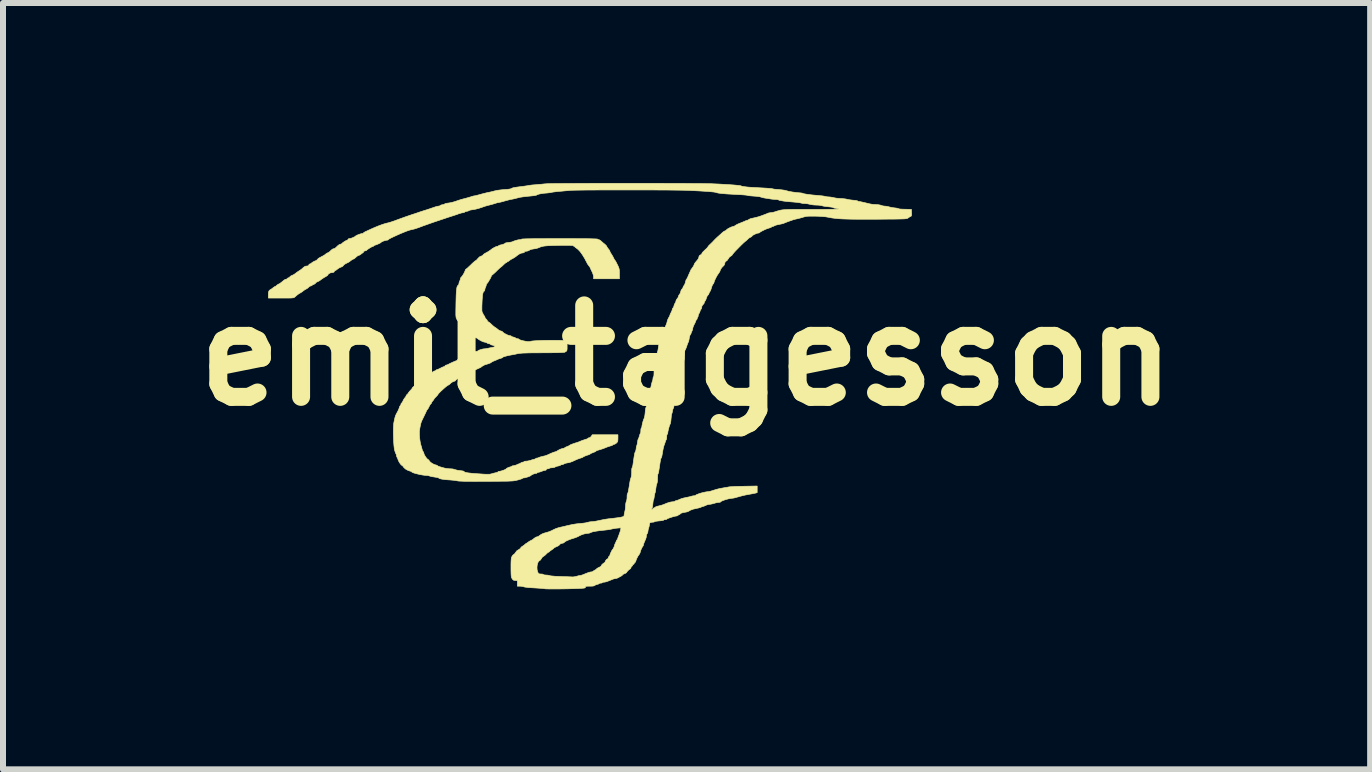
<source format=kicad_pcb>
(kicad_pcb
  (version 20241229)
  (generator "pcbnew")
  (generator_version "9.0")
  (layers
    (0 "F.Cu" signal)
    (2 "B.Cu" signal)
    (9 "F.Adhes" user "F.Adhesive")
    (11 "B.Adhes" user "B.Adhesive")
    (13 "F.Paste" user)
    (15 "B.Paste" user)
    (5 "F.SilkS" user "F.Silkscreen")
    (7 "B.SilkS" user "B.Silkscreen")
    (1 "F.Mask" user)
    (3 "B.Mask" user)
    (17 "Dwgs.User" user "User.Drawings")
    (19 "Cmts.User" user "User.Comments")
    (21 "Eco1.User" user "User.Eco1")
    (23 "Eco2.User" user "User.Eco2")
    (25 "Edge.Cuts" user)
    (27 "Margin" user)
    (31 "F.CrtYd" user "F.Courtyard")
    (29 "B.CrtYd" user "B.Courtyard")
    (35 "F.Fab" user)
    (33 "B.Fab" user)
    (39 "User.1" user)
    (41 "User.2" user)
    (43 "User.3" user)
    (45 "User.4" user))
  (footprint "emil_tagesson"
    (layer "F.Cu")
    (at 8.389 2.873)
    (property "Reference" "emil_tagesson" (at 0 0 0) (layer "F.SilkS") (effects (font (size 1.524 1.524) (thickness 0.3))))
    (attr through_hole)
    (fp_poly (pts (xy -1.978 -1.947) (xy -1.859 -1.947) (xy -1.756 -1.946) (xy -1.669 -1.946) (xy -1.599 -1.945) (xy -1.545 -1.943) (xy -1.507 -1.942) (xy -1.486 -1.94) (xy -1.482 -1.939) (xy -1.475 -1.932) (xy -1.465 -1.93) (xy -1.448 -1.925) (xy -1.429 -1.911) (xy -1.411 -1.895) (xy -1.387 -1.874) (xy -1.369 -1.86) (xy -1.348 -1.841) (xy -1.333 -1.825) (xy -1.329 -1.817) (xy -1.324 -1.805) (xy -1.311 -1.787) (xy -1.304 -1.778) (xy -1.288 -1.758) (xy -1.279 -1.743) (xy -1.278 -1.739) (xy -1.274 -1.726) (xy -1.263 -1.705) (xy -1.253 -1.691) (xy -1.237 -1.665) (xy -1.224 -1.642) (xy -1.22 -1.633) (xy -1.208 -1.609) (xy -1.194 -1.587) (xy -1.184 -1.575) (xy -1.179 -1.566) (xy -1.168 -1.545) (xy -1.154 -1.517) (xy -1.148 -1.506) (xy -1.134 -1.475) (xy -1.125 -1.45) (xy -1.12 -1.425) (xy -1.118 -1.396) (xy -1.118 -1.36) (xy -1.118 -1.278) (xy -1.549 -1.278) (xy -1.549 -1.311) (xy -1.554 -1.342) (xy -1.568 -1.381) (xy -1.579 -1.404) (xy -1.593 -1.433) (xy -1.603 -1.456) (xy -1.608 -1.468) (xy -1.609 -1.469) (xy -1.614 -1.478) (xy -1.626 -1.493) (xy -1.641 -1.512) (xy -1.657 -1.538) (xy -1.66 -1.545) (xy -1.697 -1.616) (xy -1.735 -1.678) (xy -1.771 -1.728) (xy -1.805 -1.765) (xy -1.825 -1.781) (xy -1.846 -1.796) (xy -1.86 -1.808) (xy -1.863 -1.813) (xy -1.87 -1.819) (xy -1.875 -1.82) (xy -1.887 -1.825) (xy -1.888 -1.829) (xy -1.896 -1.832) (xy -1.918 -1.833) (xy -1.953 -1.835) (xy -1.996 -1.835) (xy -2.046 -1.835) (xy -2.101 -1.835) (xy -2.156 -1.834) (xy -2.211 -1.833) (xy -2.263 -1.831) (xy -2.308 -1.829) (xy -2.345 -1.826) (xy -2.37 -1.823) (xy -2.375 -1.823) (xy -2.406 -1.816) (xy -2.431 -1.809) (xy -2.458 -1.798) (xy -2.476 -1.791) (xy -2.499 -1.784) (xy -2.531 -1.778) (xy -2.552 -1.775) (xy -2.58 -1.77) (xy -2.6 -1.765) (xy -2.608 -1.761) (xy -2.621 -1.752) (xy -2.643 -1.742) (xy -2.668 -1.737) (xy -2.68 -1.736) (xy -2.697 -1.731) (xy -2.701 -1.723) (xy -2.708 -1.713) (xy -2.726 -1.71) (xy -2.758 -1.704) (xy -2.793 -1.687) (xy -2.826 -1.663) (xy -2.832 -1.658) (xy -2.85 -1.644) (xy -2.878 -1.626) (xy -2.901 -1.613) (xy -2.928 -1.599) (xy -2.948 -1.585) (xy -2.957 -1.577) (xy -2.971 -1.567) (xy -2.976 -1.566) (xy -2.987 -1.562) (xy -2.989 -1.558) (xy -2.996 -1.55) (xy -3 -1.549) (xy -3.012 -1.544) (xy -3.031 -1.529) (xy -3.05 -1.511) (xy -3.07 -1.492) (xy -3.086 -1.478) (xy -3.093 -1.473) (xy -3.101 -1.468) (xy -3.118 -1.452) (xy -3.142 -1.43) (xy -3.167 -1.405) (xy -3.195 -1.378) (xy -3.219 -1.357) (xy -3.236 -1.342) (xy -3.243 -1.338) (xy -3.251 -1.331) (xy -3.251 -1.33) (xy -3.256 -1.312) (xy -3.268 -1.286) (xy -3.285 -1.257) (xy -3.298 -1.237) (xy -3.307 -1.22) (xy -3.308 -1.219) (xy -3.319 -1.204) (xy -3.325 -1.2) (xy -3.334 -1.186) (xy -3.336 -1.177) (xy -3.34 -1.159) (xy -3.349 -1.138) (xy -3.358 -1.114) (xy -3.361 -1.094) (xy -3.366 -1.077) (xy -3.374 -1.07) (xy -3.384 -1.062) (xy -3.391 -1.044) (xy -3.398 -1.014) (xy -3.402 -0.973) (xy -3.406 -0.917) (xy -3.408 -0.868) (xy -3.41 -0.815) (xy -3.41 -0.776) (xy -3.41 -0.749) (xy -3.407 -0.73) (xy -3.403 -0.717) (xy -3.4 -0.711) (xy -3.388 -0.69) (xy -3.382 -0.675) (xy -3.374 -0.663) (xy -3.369 -0.66) (xy -3.363 -0.653) (xy -3.361 -0.643) (xy -3.355 -0.626) (xy -3.341 -0.608) (xy -3.34 -0.608) (xy -3.325 -0.592) (xy -3.319 -0.579) (xy -3.319 -0.579) (xy -3.312 -0.567) (xy -3.296 -0.556) (xy -3.295 -0.556) (xy -3.273 -0.54) (xy -3.252 -0.52) (xy -3.251 -0.519) (xy -3.231 -0.5) (xy -3.205 -0.479) (xy -3.192 -0.47) (xy -3.169 -0.455) (xy -3.151 -0.441) (xy -3.145 -0.436) (xy -3.127 -0.422) (xy -3.104 -0.411) (xy -3.087 -0.406) (xy -3.074 -0.403) (xy -3.072 -0.4) (xy -3.06 -0.387) (xy -3.037 -0.37) (xy -3.008 -0.354) (xy -2.978 -0.34) (xy -2.953 -0.332) (xy -2.943 -0.33) (xy -2.926 -0.327) (xy -2.921 -0.322) (xy -2.914 -0.316) (xy -2.895 -0.309) (xy -2.889 -0.308) (xy -2.866 -0.301) (xy -2.848 -0.292) (xy -2.847 -0.291) (xy -2.829 -0.282) (xy -2.815 -0.279) (xy -2.799 -0.277) (xy -2.794 -0.273) (xy -2.786 -0.265) (xy -2.763 -0.256) (xy -2.727 -0.246) (xy -2.683 -0.237) (xy -2.648 -0.231) (xy -2.622 -0.231) (xy -2.598 -0.235) (xy -2.59 -0.238) (xy -2.57 -0.241) (xy -2.537 -0.244) (xy -2.493 -0.247) (xy -2.441 -0.249) (xy -2.383 -0.251) (xy -2.321 -0.252) (xy -2.258 -0.253) (xy -2.198 -0.253) (xy -2.141 -0.253) (xy -2.091 -0.251) (xy -2.051 -0.25) (xy -2.022 -0.247) (xy -2.009 -0.244) (xy -2 -0.238) (xy -1.994 -0.229) (xy -1.991 -0.214) (xy -1.99 -0.188) (xy -1.99 -0.155) (xy -1.99 -0.117) (xy -1.992 -0.093) (xy -1.995 -0.079) (xy -2.001 -0.072) (xy -2.004 -0.07) (xy -2.02 -0.061) (xy -2.025 -0.056) (xy -2.035 -0.053) (xy -2.059 -0.051) (xy -2.099 -0.049) (xy -2.155 -0.047) (xy -2.226 -0.046) (xy -2.315 -0.045) (xy -2.394 -0.045) (xy -2.488 -0.044) (xy -2.567 -0.044) (xy -2.632 -0.043) (xy -2.685 -0.041) (xy -2.727 -0.04) (xy -2.76 -0.037) (xy -2.785 -0.035) (xy -2.805 -0.032) (xy -2.811 -0.031) (xy -2.85 -0.022) (xy -2.895 -0.013) (xy -2.925 -0.008) (xy -2.966 -0.000078) (xy -3.004 0.009) (xy -3.035 0.018) (xy -3.057 0.026) (xy -3.065 0.033) (xy -3.065 0.033) (xy -3.072 0.038) (xy -3.091 0.046) (xy -3.105 0.05) (xy -3.13 0.058) (xy -3.149 0.065) (xy -3.154 0.068) (xy -3.166 0.074) (xy -3.188 0.083) (xy -3.201 0.088) (xy -3.228 0.099) (xy -3.25 0.112) (xy -3.256 0.117) (xy -3.273 0.127) (xy -3.3 0.137) (xy -3.322 0.144) (xy -3.351 0.152) (xy -3.373 0.161) (xy -3.383 0.167) (xy -3.397 0.176) (xy -3.403 0.178) (xy -3.412 0.182) (xy -3.412 0.184) (xy -3.419 0.191) (xy -3.437 0.202) (xy -3.457 0.211) (xy -3.488 0.225) (xy -3.519 0.24) (xy -3.533 0.247) (xy -3.556 0.257) (xy -3.573 0.262) (xy -3.577 0.262) (xy -3.589 0.269) (xy -3.593 0.275) (xy -3.604 0.286) (xy -3.61 0.288) (xy -3.623 0.292) (xy -3.646 0.301) (xy -3.67 0.313) (xy -3.697 0.327) (xy -3.719 0.336) (xy -3.73 0.339) (xy -3.741 0.343) (xy -3.742 0.346) (xy -3.75 0.354) (xy -3.767 0.36) (xy -3.768 0.36) (xy -3.785 0.366) (xy -3.793 0.372) (xy -3.793 0.372) (xy -3.8 0.38) (xy -3.817 0.389) (xy -3.818 0.389) (xy -3.836 0.4) (xy -3.844 0.411) (xy -3.844 0.411) (xy -3.851 0.421) (xy -3.869 0.429) (xy -3.873 0.431) (xy -3.901 0.441) (xy -3.925 0.458) (xy -3.944 0.476) (xy -3.957 0.488) (xy -3.965 0.491) (xy -3.976 0.497) (xy -3.997 0.511) (xy -4.023 0.532) (xy -4.052 0.558) (xy -4.081 0.584) (xy -4.107 0.609) (xy -4.127 0.63) (xy -4.139 0.644) (xy -4.14 0.648) (xy -4.146 0.657) (xy -4.16 0.673) (xy -4.174 0.688) (xy -4.193 0.707) (xy -4.205 0.722) (xy -4.208 0.728) (xy -4.213 0.738) (xy -4.226 0.754) (xy -4.229 0.757) (xy -4.243 0.775) (xy -4.25 0.79) (xy -4.25 0.792) (xy -4.255 0.803) (xy -4.258 0.804) (xy -4.266 0.811) (xy -4.278 0.83) (xy -4.289 0.851) (xy -4.301 0.875) (xy -4.311 0.892) (xy -4.316 0.898) (xy -4.323 0.905) (xy -4.333 0.923) (xy -4.343 0.946) (xy -4.359 0.98) (xy -4.378 1.019) (xy -4.393 1.05) (xy -4.409 1.083) (xy -4.422 1.115) (xy -4.429 1.139) (xy -4.435 1.167) (xy -4.442 1.202) (xy -4.445 1.219) (xy -4.451 1.264) (xy -4.451 1.319) (xy -4.447 1.378) (xy -4.439 1.435) (xy -4.428 1.486) (xy -4.428 1.486) (xy -4.418 1.519) (xy -4.41 1.548) (xy -4.405 1.568) (xy -4.405 1.568) (xy -4.398 1.589) (xy -4.389 1.601) (xy -4.379 1.617) (xy -4.377 1.629) (xy -4.372 1.647) (xy -4.359 1.671) (xy -4.342 1.697) (xy -4.325 1.719) (xy -4.31 1.731) (xy -4.308 1.732) (xy -4.293 1.743) (xy -4.288 1.753) (xy -4.277 1.768) (xy -4.255 1.787) (xy -4.227 1.805) (xy -4.198 1.818) (xy -4.178 1.824) (xy -4.159 1.829) (xy -4.149 1.836) (xy -4.149 1.837) (xy -4.141 1.843) (xy -4.117 1.852) (xy -4.081 1.863) (xy -4.033 1.876) (xy -4.019 1.879) (xy -3.986 1.884) (xy -3.948 1.888) (xy -3.932 1.888) (xy -3.901 1.89) (xy -3.874 1.896) (xy -3.862 1.9) (xy -3.843 1.906) (xy -3.813 1.913) (xy -3.778 1.917) (xy -3.774 1.918) (xy -3.743 1.922) (xy -3.72 1.926) (xy -3.709 1.931) (xy -3.708 1.932) (xy -3.702 1.941) (xy -3.681 1.948) (xy -3.646 1.955) (xy -3.596 1.961) (xy -3.548 1.966) (xy -3.473 1.971) (xy -3.413 1.975) (xy -3.366 1.978) (xy -3.33 1.979) (xy -3.302 1.979) (xy -3.28 1.978) (xy -3.262 1.975) (xy -3.247 1.971) (xy -3.244 1.97) (xy -3.212 1.961) (xy -3.181 1.954) (xy -3.173 1.952) (xy -3.153 1.947) (xy -3.142 1.94) (xy -3.141 1.938) (xy -3.134 1.932) (xy -3.12 1.93) (xy -3.102 1.928) (xy -3.077 1.921) (xy -3.05 1.912) (xy -3.026 1.902) (xy -3.01 1.894) (xy -3.006 1.889) (xy -2.999 1.882) (xy -2.981 1.872) (xy -2.959 1.863) (xy -2.938 1.856) (xy -2.927 1.854) (xy -2.914 1.85) (xy -2.913 1.846) (xy -2.905 1.84) (xy -2.887 1.837) (xy -2.887 1.837) (xy -2.863 1.833) (xy -2.835 1.824) (xy -2.828 1.82) (xy -2.805 1.81) (xy -2.789 1.804) (xy -2.785 1.803) (xy -2.772 1.798) (xy -2.763 1.791) (xy -2.745 1.781) (xy -2.73 1.778) (xy -2.714 1.775) (xy -2.709 1.77) (xy -2.702 1.764) (xy -2.683 1.761) (xy -2.673 1.761) (xy -2.644 1.758) (xy -2.61 1.75) (xy -2.591 1.744) (xy -2.563 1.735) (xy -2.54 1.729) (xy -2.53 1.727) (xy -2.517 1.723) (xy -2.515 1.719) (xy -2.507 1.712) (xy -2.495 1.71) (xy -2.476 1.707) (xy -2.468 1.703) (xy -2.453 1.696) (xy -2.422 1.687) (xy -2.377 1.676) (xy -2.358 1.672) (xy -2.338 1.665) (xy -2.309 1.654) (xy -2.284 1.642) (xy -2.251 1.627) (xy -2.218 1.614) (xy -2.199 1.608) (xy -2.176 1.601) (xy -2.161 1.595) (xy -2.159 1.593) (xy -2.146 1.584) (xy -2.124 1.572) (xy -2.098 1.56) (xy -2.074 1.552) (xy -2.06 1.549) (xy -2.04 1.544) (xy -2.03 1.538) (xy -2.015 1.528) (xy -1.992 1.518) (xy -1.987 1.516) (xy -1.964 1.507) (xy -1.947 1.496) (xy -1.945 1.495) (xy -1.932 1.487) (xy -1.907 1.477) (xy -1.875 1.466) (xy -1.858 1.46) (xy -1.824 1.45) (xy -1.796 1.44) (xy -1.778 1.433) (xy -1.774 1.431) (xy -1.759 1.424) (xy -1.735 1.415) (xy -1.705 1.405) (xy -1.678 1.396) (xy -1.666 1.393) (xy -1.649 1.387) (xy -1.643 1.38) (xy -1.635 1.373) (xy -1.623 1.372) (xy -1.604 1.364) (xy -1.587 1.346) (xy -1.571 1.321) (xy -1.143 1.321) (xy -1.143 1.379) (xy -1.144 1.41) (xy -1.147 1.43) (xy -1.154 1.444) (xy -1.166 1.457) (xy -1.168 1.459) (xy -1.189 1.474) (xy -1.207 1.481) (xy -1.21 1.482) (xy -1.225 1.486) (xy -1.229 1.491) (xy -1.239 1.498) (xy -1.259 1.505) (xy -1.27 1.508) (xy -1.301 1.517) (xy -1.336 1.53) (xy -1.35 1.536) (xy -1.382 1.549) (xy -1.421 1.562) (xy -1.45 1.571) (xy -1.478 1.579) (xy -1.499 1.586) (xy -1.507 1.592) (xy -1.507 1.592) (xy -1.514 1.599) (xy -1.533 1.608) (xy -1.558 1.618) (xy -1.584 1.628) (xy -1.602 1.638) (xy -1.609 1.643) (xy -1.616 1.649) (xy -1.634 1.655) (xy -1.636 1.656) (xy -1.66 1.663) (xy -1.687 1.673) (xy -1.711 1.684) (xy -1.726 1.693) (xy -1.727 1.695) (xy -1.737 1.7) (xy -1.758 1.707) (xy -1.767 1.71) (xy -1.794 1.719) (xy -1.828 1.732) (xy -1.852 1.743) (xy -1.895 1.763) (xy -1.929 1.776) (xy -1.959 1.785) (xy -1.989 1.79) (xy -2.016 1.796) (xy -2.039 1.805) (xy -2.043 1.808) (xy -2.065 1.818) (xy -2.08 1.82) (xy -2.095 1.823) (xy -2.1 1.828) (xy -2.107 1.833) (xy -2.126 1.839) (xy -2.137 1.841) (xy -2.164 1.847) (xy -2.185 1.856) (xy -2.19 1.859) (xy -2.208 1.866) (xy -2.234 1.87) (xy -2.246 1.871) (xy -2.269 1.873) (xy -2.284 1.877) (xy -2.286 1.88) (xy -2.293 1.886) (xy -2.311 1.888) (xy -2.311 1.888) (xy -2.332 1.892) (xy -2.337 1.901) (xy -2.344 1.911) (xy -2.357 1.913) (xy -2.377 1.917) (xy -2.403 1.926) (xy -2.414 1.93) (xy -2.44 1.94) (xy -2.463 1.946) (xy -2.47 1.947) (xy -2.485 1.95) (xy -2.489 1.956) (xy -2.496 1.963) (xy -2.506 1.964) (xy -2.524 1.967) (xy -2.547 1.974) (xy -2.57 1.984) (xy -2.586 1.993) (xy -2.591 1.998) (xy -2.598 2.004) (xy -2.617 2.013) (xy -2.643 2.023) (xy -2.671 2.031) (xy -2.697 2.038) (xy -2.715 2.04) (xy -2.715 2.04) (xy -2.73 2.043) (xy -2.735 2.048) (xy -2.742 2.053) (xy -2.763 2.06) (xy -2.793 2.069) (xy -2.813 2.075) (xy -2.831 2.079) (xy -2.847 2.083) (xy -2.865 2.086) (xy -2.884 2.089) (xy -2.907 2.091) (xy -2.935 2.092) (xy -2.97 2.094) (xy -3.014 2.095) (xy -3.068 2.095) (xy -3.134 2.096) (xy -3.213 2.096) (xy -3.306 2.097) (xy -3.332 2.097) (xy -3.437 2.097) (xy -3.526 2.098) (xy -3.601 2.097) (xy -3.664 2.097) (xy -3.714 2.096) (xy -3.754 2.094) (xy -3.784 2.093) (xy -3.807 2.091) (xy -3.823 2.088) (xy -3.853 2.083) (xy -3.894 2.078) (xy -3.939 2.074) (xy -3.971 2.072) (xy -4.03 2.067) (xy -4.078 2.06) (xy -4.112 2.052) (xy -4.13 2.042) (xy -4.132 2.04) (xy -4.142 2.035) (xy -4.164 2.031) (xy -4.195 2.026) (xy -4.201 2.025) (xy -4.234 2.02) (xy -4.263 2.014) (xy -4.281 2.008) (xy -4.282 2.008) (xy -4.302 2.002) (xy -4.329 1.998) (xy -4.338 1.998) (xy -4.367 1.996) (xy -4.402 1.991) (xy -4.442 1.984) (xy -4.483 1.974) (xy -4.52 1.965) (xy -4.551 1.955) (xy -4.572 1.946) (xy -4.58 1.939) (xy -4.58 1.939) (xy -4.588 1.933) (xy -4.606 1.926) (xy -4.615 1.924) (xy -4.651 1.91) (xy -4.685 1.89) (xy -4.71 1.867) (xy -4.717 1.857) (xy -4.73 1.84) (xy -4.741 1.833) (xy -4.755 1.822) (xy -4.772 1.801) (xy -4.789 1.775) (xy -4.802 1.749) (xy -4.806 1.738) (xy -4.814 1.714) (xy -4.823 1.698) (xy -4.832 1.677) (xy -4.834 1.664) (xy -4.838 1.645) (xy -4.842 1.638) (xy -4.848 1.626) (xy -4.856 1.603) (xy -4.865 1.575) (xy -4.87 1.546) (xy -4.875 1.503) (xy -4.879 1.451) (xy -4.882 1.392) (xy -4.884 1.331) (xy -4.885 1.271) (xy -4.884 1.216) (xy -4.882 1.168) (xy -4.879 1.133) (xy -4.878 1.126) (xy -4.868 1.075) (xy -4.859 1.037) (xy -4.851 1.009) (xy -4.841 0.985) (xy -4.831 0.965) (xy -4.817 0.941) (xy -4.807 0.921) (xy -4.804 0.914) (xy -4.796 0.896) (xy -4.792 0.887) (xy -4.785 0.869) (xy -4.784 0.861) (xy -4.778 0.846) (xy -4.771 0.838) (xy -4.76 0.821) (xy -4.758 0.812) (xy -4.755 0.799) (xy -4.75 0.796) (xy -4.743 0.789) (xy -4.731 0.77) (xy -4.721 0.749) (xy -4.708 0.725) (xy -4.697 0.708) (xy -4.691 0.703) (xy -4.684 0.696) (xy -4.675 0.678) (xy -4.675 0.677) (xy -4.667 0.66) (xy -4.659 0.652) (xy -4.659 0.652) (xy -4.65 0.645) (xy -4.638 0.629) (xy -4.636 0.624) (xy -4.617 0.599) (xy -4.596 0.576) (xy -4.596 0.576) (xy -4.58 0.56) (xy -4.572 0.547) (xy -4.572 0.545) (xy -4.566 0.534) (xy -4.55 0.52) (xy -4.55 0.52) (xy -4.529 0.503) (xy -4.514 0.488) (xy -4.5 0.472) (xy -4.492 0.464) (xy -4.455 0.431) (xy -4.428 0.409) (xy -4.408 0.395) (xy -4.396 0.389) (xy -4.382 0.378) (xy -4.377 0.369) (xy -4.37 0.358) (xy -4.36 0.356) (xy -4.347 0.352) (xy -4.343 0.348) (xy -4.336 0.34) (xy -4.318 0.333) (xy -4.314 0.331) (xy -4.287 0.32) (xy -4.264 0.303) (xy -4.24 0.282) (xy -4.223 0.269) (xy -4.208 0.261) (xy -4.196 0.258) (xy -4.18 0.251) (xy -4.174 0.245) (xy -4.167 0.238) (xy -4.162 0.237) (xy -4.149 0.233) (xy -4.126 0.224) (xy -4.102 0.212) (xy -4.075 0.198) (xy -4.053 0.189) (xy -4.042 0.186) (xy -4.028 0.179) (xy -4.025 0.174) (xy -4.014 0.162) (xy -4.007 0.161) (xy -3.991 0.157) (xy -3.972 0.149) (xy -3.948 0.136) (xy -3.918 0.122) (xy -3.887 0.108) (xy -3.858 0.096) (xy -3.837 0.087) (xy -3.827 0.085) (xy -3.819 0.078) (xy -3.818 0.073) (xy -3.811 0.066) (xy -3.792 0.056) (xy -3.766 0.045) (xy -3.738 0.035) (xy -3.713 0.028) (xy -3.696 0.025) (xy -3.684 0.021) (xy -3.683 0.016) (xy -3.676 0.008) (xy -3.658 -0.003) (xy -3.643 -0.009) (xy -3.616 -0.021) (xy -3.593 -0.031) (xy -3.586 -0.034) (xy -3.563 -0.042) (xy -3.55 -0.047) (xy -3.535 -0.054) (xy -3.531 -0.06) (xy -3.523 -0.065) (xy -3.506 -0.068) (xy -3.505 -0.068) (xy -3.487 -0.07) (xy -3.48 -0.074) (xy -3.48 -0.074) (xy -3.472 -0.081) (xy -3.454 -0.09) (xy -3.429 -0.098) (xy -3.403 -0.106) (xy -3.381 -0.11) (xy -3.375 -0.11) (xy -3.353 -0.112) (xy -3.324 -0.117) (xy -3.317 -0.118) (xy -3.287 -0.125) (xy -3.251 -0.132) (xy -3.232 -0.136) (xy -3.205 -0.142) (xy -3.193 -0.147) (xy -3.192 -0.153) (xy -3.194 -0.156) (xy -3.209 -0.165) (xy -3.233 -0.172) (xy -3.237 -0.173) (xy -3.257 -0.178) (xy -3.268 -0.185) (xy -3.268 -0.187) (xy -3.275 -0.193) (xy -3.289 -0.195) (xy -3.31 -0.2) (xy -3.322 -0.207) (xy -3.34 -0.218) (xy -3.354 -0.22) (xy -3.377 -0.225) (xy -3.407 -0.236) (xy -3.438 -0.252) (xy -3.466 -0.269) (xy -3.477 -0.278) (xy -3.496 -0.291) (xy -3.513 -0.296) (xy -3.531 -0.303) (xy -3.541 -0.311) (xy -3.555 -0.325) (xy -3.577 -0.339) (xy -3.584 -0.343) (xy -3.61 -0.359) (xy -3.633 -0.376) (xy -3.636 -0.379) (xy -3.654 -0.392) (xy -3.668 -0.398) (xy -3.669 -0.398) (xy -3.681 -0.405) (xy -3.685 -0.415) (xy -3.696 -0.43) (xy -3.714 -0.445) (xy -3.715 -0.446) (xy -3.737 -0.464) (xy -3.755 -0.487) (xy -3.755 -0.488) (xy -3.768 -0.507) (xy -3.78 -0.519) (xy -3.781 -0.52) (xy -3.79 -0.531) (xy -3.793 -0.546) (xy -3.795 -0.562) (xy -3.8 -0.567) (xy -3.808 -0.574) (xy -3.82 -0.591) (xy -3.827 -0.602) (xy -3.832 -0.613) (xy -3.837 -0.623) (xy -3.84 -0.635) (xy -3.842 -0.651) (xy -3.844 -0.674) (xy -3.844 -0.704) (xy -3.844 -0.745) (xy -3.843 -0.798) (xy -3.842 -0.866) (xy -3.842 -0.871) (xy -3.84 -0.95) (xy -3.838 -1.013) (xy -3.835 -1.063) (xy -3.831 -1.102) (xy -3.827 -1.13) (xy -3.821 -1.15) (xy -3.814 -1.163) (xy -3.805 -1.171) (xy -3.804 -1.171) (xy -3.795 -1.184) (xy -3.793 -1.196) (xy -3.789 -1.217) (xy -3.78 -1.239) (xy -3.771 -1.261) (xy -3.768 -1.279) (xy -3.762 -1.296) (xy -3.757 -1.301) (xy -3.745 -1.314) (xy -3.729 -1.336) (xy -3.712 -1.364) (xy -3.698 -1.392) (xy -3.689 -1.414) (xy -3.688 -1.416) (xy -3.682 -1.433) (xy -3.674 -1.439) (xy -3.665 -1.445) (xy -3.647 -1.46) (xy -3.623 -1.483) (xy -3.598 -1.506) (xy -3.57 -1.534) (xy -3.544 -1.557) (xy -3.525 -1.573) (xy -3.516 -1.579) (xy -3.502 -1.588) (xy -3.484 -1.606) (xy -3.476 -1.617) (xy -3.448 -1.644) (xy -3.423 -1.655) (xy -3.403 -1.663) (xy -3.391 -1.674) (xy -3.391 -1.675) (xy -3.382 -1.686) (xy -3.361 -1.7) (xy -3.335 -1.714) (xy -3.304 -1.731) (xy -3.277 -1.749) (xy -3.261 -1.761) (xy -3.238 -1.779) (xy -3.209 -1.796) (xy -3.18 -1.811) (xy -3.155 -1.819) (xy -3.147 -1.82) (xy -3.135 -1.824) (xy -3.133 -1.828) (xy -3.125 -1.834) (xy -3.107 -1.84) (xy -3.101 -1.841) (xy -3.07 -1.848) (xy -3.044 -1.857) (xy -3.027 -1.865) (xy -3.023 -1.871) (xy -3.015 -1.875) (xy -2.995 -1.879) (xy -2.967 -1.883) (xy -2.936 -1.887) (xy -2.91 -1.892) (xy -2.897 -1.897) (xy -2.872 -1.908) (xy -2.839 -1.918) (xy -2.806 -1.927) (xy -2.78 -1.93) (xy -2.777 -1.93) (xy -2.758 -1.933) (xy -2.747 -1.939) (xy -2.738 -1.941) (xy -2.712 -1.942) (xy -2.669 -1.944) (xy -2.61 -1.945) (xy -2.535 -1.946) (xy -2.444 -1.946) (xy -2.338 -1.947) (xy -2.217 -1.947) (xy -2.112 -1.947) (xy -1.978 -1.947)) (stroke (width 0.01) (type solid)) (fill yes) (layer "F.SilkS"))
    (fp_poly (pts (xy -0.797 -2.868) (xy -0.663 -2.868) (xy -0.532 -2.868) (xy -0.404 -2.868) (xy -0.281 -2.867) (xy -0.164 -2.867) (xy -0.054 -2.867) (xy 0.048 -2.866) (xy 0.141 -2.865) (xy 0.223 -2.865) (xy 0.294 -2.864) (xy 0.352 -2.863) (xy 0.396 -2.862) (xy 0.426 -2.862) (xy 0.428 -2.861) (xy 0.545 -2.856) (xy 0.646 -2.85) (xy 0.73 -2.845) (xy 0.798 -2.84) (xy 0.849 -2.835) (xy 0.885 -2.831) (xy 0.904 -2.827) (xy 0.906 -2.826) (xy 0.923 -2.82) (xy 0.949 -2.815) (xy 0.985 -2.81) (xy 1.032 -2.805) (xy 1.092 -2.801) (xy 1.167 -2.797) (xy 1.236 -2.793) (xy 1.291 -2.79) (xy 1.34 -2.787) (xy 1.381 -2.784) (xy 1.411 -2.781) (xy 1.428 -2.779) (xy 1.431 -2.778) (xy 1.44 -2.775) (xy 1.463 -2.771) (xy 1.496 -2.768) (xy 1.528 -2.766) (xy 1.57 -2.762) (xy 1.609 -2.757) (xy 1.641 -2.752) (xy 1.655 -2.748) (xy 1.706 -2.734) (xy 1.769 -2.723) (xy 1.839 -2.714) (xy 1.864 -2.712) (xy 1.897 -2.709) (xy 1.923 -2.706) (xy 1.937 -2.702) (xy 1.939 -2.701) (xy 1.95 -2.696) (xy 1.976 -2.691) (xy 2.013 -2.685) (xy 2.059 -2.679) (xy 2.112 -2.673) (xy 2.169 -2.668) (xy 2.18 -2.667) (xy 2.224 -2.663) (xy 2.264 -2.659) (xy 2.295 -2.654) (xy 2.314 -2.65) (xy 2.315 -2.65) (xy 2.34 -2.644) (xy 2.37 -2.642) (xy 2.374 -2.642) (xy 2.403 -2.639) (xy 2.437 -2.633) (xy 2.455 -2.629) (xy 2.49 -2.622) (xy 2.531 -2.618) (xy 2.56 -2.616) (xy 2.6 -2.614) (xy 2.643 -2.609) (xy 2.67 -2.604) (xy 2.706 -2.596) (xy 2.749 -2.59) (xy 2.788 -2.586) (xy 2.819 -2.583) (xy 2.842 -2.578) (xy 2.853 -2.574) (xy 2.853 -2.573) (xy 2.86 -2.567) (xy 2.871 -2.565) (xy 2.882 -2.565) (xy 2.9 -2.562) (xy 2.926 -2.556) (xy 2.962 -2.548) (xy 3.012 -2.536) (xy 3.05 -2.527) (xy 3.086 -2.52) (xy 3.128 -2.516) (xy 3.157 -2.515) (xy 3.197 -2.512) (xy 3.228 -2.506) (xy 3.24 -2.502) (xy 3.264 -2.494) (xy 3.294 -2.489) (xy 3.3 -2.489) (xy 3.332 -2.486) (xy 3.365 -2.479) (xy 3.372 -2.477) (xy 3.399 -2.47) (xy 3.435 -2.463) (xy 3.469 -2.459) (xy 3.499 -2.455) (xy 3.521 -2.451) (xy 3.53 -2.447) (xy 3.531 -2.446) (xy 3.539 -2.443) (xy 3.56 -2.44) (xy 3.593 -2.438) (xy 3.632 -2.437) (xy 3.639 -2.437) (xy 3.747 -2.434) (xy 3.749 -2.379) (xy 3.75 -2.349) (xy 3.748 -2.332) (xy 3.743 -2.322) (xy 3.731 -2.315) (xy 3.725 -2.313) (xy 3.703 -2.3) (xy 3.686 -2.287) (xy 3.681 -2.284) (xy 3.674 -2.282) (xy 3.663 -2.28) (xy 3.647 -2.278) (xy 3.623 -2.276) (xy 3.592 -2.275) (xy 3.552 -2.274) (xy 3.5 -2.273) (xy 3.438 -2.272) (xy 3.361 -2.272) (xy 3.271 -2.271) (xy 3.171 -2.27) (xy 3.044 -2.27) (xy 2.931 -2.27) (xy 2.833 -2.27) (xy 2.747 -2.271) (xy 2.673 -2.273) (xy 2.609 -2.275) (xy 2.552 -2.278) (xy 2.503 -2.282) (xy 2.459 -2.287) (xy 2.42 -2.292) (xy 2.383 -2.299) (xy 2.363 -2.303) (xy 2.316 -2.311) (xy 2.258 -2.316) (xy 2.188 -2.32) (xy 2.146 -2.321) (xy 2.092 -2.321) (xy 2.05 -2.321) (xy 2.019 -2.32) (xy 1.993 -2.317) (xy 1.971 -2.312) (xy 1.947 -2.306) (xy 1.943 -2.304) (xy 1.905 -2.293) (xy 1.866 -2.283) (xy 1.837 -2.276) (xy 1.808 -2.27) (xy 1.784 -2.263) (xy 1.774 -2.26) (xy 1.757 -2.254) (xy 1.731 -2.245) (xy 1.702 -2.235) (xy 1.67 -2.223) (xy 1.642 -2.212) (xy 1.626 -2.205) (xy 1.607 -2.198) (xy 1.578 -2.191) (xy 1.544 -2.184) (xy 1.541 -2.183) (xy 1.509 -2.177) (xy 1.482 -2.169) (xy 1.467 -2.162) (xy 1.466 -2.162) (xy 1.448 -2.152) (xy 1.439 -2.151) (xy 1.423 -2.147) (xy 1.418 -2.142) (xy 1.408 -2.135) (xy 1.387 -2.127) (xy 1.378 -2.124) (xy 1.352 -2.116) (xy 1.32 -2.104) (xy 1.288 -2.089) (xy 1.258 -2.074) (xy 1.234 -2.061) (xy 1.221 -2.051) (xy 1.219 -2.049) (xy 1.212 -2.043) (xy 1.198 -2.04) (xy 1.179 -2.037) (xy 1.155 -2.028) (xy 1.129 -2.016) (xy 1.107 -2.004) (xy 1.094 -1.993) (xy 1.092 -1.99) (xy 1.085 -1.981) (xy 1.068 -1.971) (xy 1.064 -1.97) (xy 1.04 -1.956) (xy 1.02 -1.938) (xy 1.02 -1.938) (xy 1 -1.918) (xy 0.982 -1.904) (xy 0.966 -1.891) (xy 0.943 -1.87) (xy 0.914 -1.842) (xy 0.883 -1.811) (xy 0.851 -1.778) (xy 0.82 -1.747) (xy 0.794 -1.718) (xy 0.774 -1.695) (xy 0.763 -1.681) (xy 0.762 -1.677) (xy 0.755 -1.668) (xy 0.739 -1.656) (xy 0.732 -1.652) (xy 0.714 -1.638) (xy 0.703 -1.625) (xy 0.703 -1.622) (xy 0.699 -1.61) (xy 0.695 -1.609) (xy 0.686 -1.602) (xy 0.682 -1.592) (xy 0.672 -1.578) (xy 0.664 -1.575) (xy 0.651 -1.567) (xy 0.64 -1.549) (xy 0.635 -1.526) (xy 0.635 -1.525) (xy 0.629 -1.508) (xy 0.616 -1.493) (xy 0.596 -1.474) (xy 0.577 -1.45) (xy 0.564 -1.427) (xy 0.559 -1.412) (xy 0.554 -1.398) (xy 0.541 -1.378) (xy 0.533 -1.366) (xy 0.517 -1.344) (xy 0.5 -1.315) (xy 0.483 -1.282) (xy 0.469 -1.252) (xy 0.46 -1.227) (xy 0.457 -1.215) (xy 0.452 -1.202) (xy 0.442 -1.189) (xy 0.43 -1.171) (xy 0.42 -1.144) (xy 0.415 -1.128) (xy 0.406 -1.098) (xy 0.394 -1.073) (xy 0.389 -1.063) (xy 0.377 -1.045) (xy 0.373 -1.03) (xy 0.366 -1.015) (xy 0.356 -1.005) (xy 0.344 -0.99) (xy 0.334 -0.966) (xy 0.332 -0.959) (xy 0.323 -0.933) (xy 0.313 -0.913) (xy 0.31 -0.91) (xy 0.299 -0.892) (xy 0.296 -0.881) (xy 0.29 -0.864) (xy 0.275 -0.848) (xy 0.257 -0.825) (xy 0.254 -0.806) (xy 0.25 -0.785) (xy 0.242 -0.771) (xy 0.231 -0.756) (xy 0.224 -0.734) (xy 0.216 -0.712) (xy 0.206 -0.696) (xy 0.197 -0.679) (xy 0.195 -0.665) (xy 0.192 -0.647) (xy 0.186 -0.639) (xy 0.179 -0.627) (xy 0.178 -0.618) (xy 0.174 -0.604) (xy 0.17 -0.601) (xy 0.163 -0.594) (xy 0.154 -0.576) (xy 0.152 -0.569) (xy 0.143 -0.546) (xy 0.134 -0.528) (xy 0.133 -0.526) (xy 0.123 -0.508) (xy 0.112 -0.482) (xy 0.104 -0.456) (xy 0.102 -0.44) (xy 0.098 -0.424) (xy 0.089 -0.403) (xy 0.08 -0.384) (xy 0.076 -0.37) (xy 0.076 -0.37) (xy 0.071 -0.357) (xy 0.063 -0.347) (xy 0.055 -0.331) (xy 0.048 -0.304) (xy 0.045 -0.287) (xy 0.04 -0.258) (xy 0.034 -0.233) (xy 0.03 -0.224) (xy 0.022 -0.207) (xy 0.012 -0.181) (xy 0.004 -0.157) (xy -0.006 -0.128) (xy -0.016 -0.104) (xy -0.023 -0.092) (xy -0.03 -0.076) (xy -0.033 -0.051) (xy -0.034 -0.04) (xy -0.035 -0.016) (xy -0.039 0.001) (xy -0.042 0.004) (xy -0.048 0.014) (xy -0.054 0.035) (xy -0.055 0.044) (xy -0.061 0.068) (xy -0.068 0.084) (xy -0.07 0.086) (xy -0.075 0.096) (xy -0.079 0.12) (xy -0.083 0.152) (xy -0.085 0.172) (xy -0.088 0.208) (xy -0.092 0.238) (xy -0.096 0.259) (xy -0.098 0.264) (xy -0.102 0.277) (xy -0.106 0.302) (xy -0.109 0.337) (xy -0.111 0.364) (xy -0.116 0.418) (xy -0.122 0.467) (xy -0.13 0.507) (xy -0.138 0.535) (xy -0.144 0.546) (xy -0.149 0.559) (xy -0.155 0.582) (xy -0.157 0.595) (xy -0.161 0.618) (xy -0.167 0.633) (xy -0.169 0.635) (xy -0.173 0.643) (xy -0.178 0.663) (xy -0.181 0.686) (xy -0.185 0.716) (xy -0.19 0.741) (xy -0.194 0.752) (xy -0.198 0.767) (xy -0.203 0.794) (xy -0.207 0.823) (xy -0.211 0.852) (xy -0.216 0.872) (xy -0.22 0.881) (xy -0.22 0.881) (xy -0.225 0.888) (xy -0.23 0.907) (xy -0.233 0.921) (xy -0.238 0.946) (xy -0.243 0.965) (xy -0.245 0.969) (xy -0.249 0.981) (xy -0.253 1.006) (xy -0.256 1.038) (xy -0.258 1.054) (xy -0.261 1.089) (xy -0.266 1.118) (xy -0.271 1.137) (xy -0.272 1.141) (xy -0.279 1.155) (xy -0.288 1.18) (xy -0.297 1.212) (xy -0.305 1.245) (xy -0.311 1.273) (xy -0.313 1.293) (xy -0.316 1.308) (xy -0.322 1.312) (xy -0.327 1.32) (xy -0.33 1.339) (xy -0.33 1.353) (xy -0.332 1.379) (xy -0.335 1.397) (xy -0.338 1.402) (xy -0.345 1.414) (xy -0.353 1.436) (xy -0.355 1.444) (xy -0.364 1.47) (xy -0.371 1.491) (xy -0.373 1.494) (xy -0.38 1.516) (xy -0.389 1.553) (xy -0.398 1.602) (xy -0.407 1.655) (xy -0.412 1.682) (xy -0.419 1.703) (xy -0.423 1.71) (xy -0.427 1.715) (xy -0.431 1.728) (xy -0.435 1.751) (xy -0.441 1.784) (xy -0.448 1.83) (xy -0.457 1.891) (xy -0.459 1.903) (xy -0.464 1.935) (xy -0.47 1.959) (xy -0.474 1.972) (xy -0.476 1.973) (xy -0.479 1.981) (xy -0.481 2.001) (xy -0.483 2.031) (xy -0.483 2.043) (xy -0.484 2.085) (xy -0.489 2.118) (xy -0.494 2.135) (xy -0.501 2.154) (xy -0.507 2.185) (xy -0.512 2.219) (xy -0.512 2.22) (xy -0.516 2.251) (xy -0.52 2.276) (xy -0.525 2.29) (xy -0.525 2.29) (xy -0.529 2.303) (xy -0.534 2.326) (xy -0.538 2.352) (xy -0.542 2.379) (xy -0.546 2.398) (xy -0.55 2.405) (xy -0.554 2.412) (xy -0.557 2.433) (xy -0.56 2.462) (xy -0.561 2.468) (xy -0.564 2.5) (xy -0.569 2.527) (xy -0.575 2.543) (xy -0.576 2.544) (xy -0.582 2.557) (xy -0.58 2.563) (xy -0.571 2.563) (xy -0.564 2.556) (xy -0.548 2.542) (xy -0.535 2.536) (xy -0.521 2.529) (xy -0.516 2.524) (xy -0.509 2.519) (xy -0.489 2.513) (xy -0.464 2.507) (xy -0.43 2.499) (xy -0.398 2.489) (xy -0.381 2.483) (xy -0.324 2.459) (xy -0.276 2.444) (xy -0.239 2.438) (xy -0.236 2.438) (xy -0.214 2.436) (xy -0.2 2.432) (xy -0.199 2.431) (xy -0.188 2.423) (xy -0.169 2.417) (xy -0.167 2.417) (xy -0.141 2.409) (xy -0.113 2.397) (xy -0.11 2.395) (xy -0.086 2.386) (xy -0.053 2.376) (xy -0.016 2.368) (xy -0.012 2.367) (xy 0.023 2.36) (xy 0.055 2.353) (xy 0.077 2.347) (xy 0.079 2.346) (xy 0.106 2.339) (xy 0.128 2.337) (xy 0.145 2.335) (xy 0.152 2.329) (xy 0.16 2.322) (xy 0.181 2.313) (xy 0.211 2.302) (xy 0.246 2.291) (xy 0.283 2.282) (xy 0.319 2.274) (xy 0.348 2.27) (xy 0.361 2.269) (xy 0.378 2.266) (xy 0.405 2.26) (xy 0.439 2.249) (xy 0.455 2.244) (xy 0.498 2.231) (xy 0.544 2.219) (xy 0.586 2.211) (xy 0.593 2.21) (xy 0.631 2.203) (xy 0.67 2.197) (xy 0.699 2.191) (xy 0.719 2.188) (xy 0.753 2.186) (xy 0.798 2.183) (xy 0.852 2.181) (xy 0.911 2.18) (xy 0.959 2.179) (xy 1.177 2.175) (xy 1.177 2.285) (xy 1.145 2.294) (xy 1.123 2.298) (xy 1.089 2.305) (xy 1.05 2.312) (xy 1.029 2.316) (xy 0.98 2.325) (xy 0.925 2.338) (xy 0.875 2.351) (xy 0.863 2.355) (xy 0.826 2.365) (xy 0.793 2.374) (xy 0.768 2.378) (xy 0.759 2.379) (xy 0.735 2.382) (xy 0.702 2.388) (xy 0.667 2.397) (xy 0.632 2.408) (xy 0.601 2.419) (xy 0.578 2.43) (xy 0.568 2.438) (xy 0.567 2.44) (xy 0.56 2.445) (xy 0.542 2.447) (xy 0.54 2.447) (xy 0.517 2.45) (xy 0.486 2.456) (xy 0.459 2.464) (xy 0.426 2.473) (xy 0.396 2.479) (xy 0.378 2.481) (xy 0.353 2.485) (xy 0.325 2.495) (xy 0.32 2.498) (xy 0.297 2.508) (xy 0.28 2.514) (xy 0.277 2.515) (xy 0.262 2.518) (xy 0.244 2.526) (xy 0.225 2.534) (xy 0.195 2.542) (xy 0.166 2.548) (xy 0.113 2.56) (xy 0.068 2.576) (xy 0.035 2.595) (xy 0.034 2.596) (xy 0.017 2.603) (xy -0.007 2.609) (xy -0.013 2.61) (xy -0.058 2.618) (xy -0.088 2.627) (xy -0.103 2.637) (xy -0.104 2.639) (xy -0.115 2.649) (xy -0.12 2.65) (xy -0.132 2.655) (xy -0.141 2.663) (xy -0.159 2.673) (xy -0.174 2.675) (xy -0.191 2.678) (xy -0.217 2.684) (xy -0.248 2.694) (xy -0.279 2.704) (xy -0.306 2.714) (xy -0.324 2.723) (xy -0.33 2.728) (xy -0.338 2.733) (xy -0.355 2.735) (xy -0.356 2.735) (xy -0.373 2.737) (xy -0.381 2.742) (xy -0.381 2.743) (xy -0.389 2.747) (xy -0.41 2.751) (xy -0.44 2.755) (xy -0.457 2.756) (xy -0.491 2.76) (xy -0.517 2.764) (xy -0.531 2.768) (xy -0.533 2.77) (xy -0.541 2.775) (xy -0.557 2.777) (xy -0.589 2.78) (xy -0.609 2.787) (xy -0.617 2.803) (xy -0.618 2.815) (xy -0.622 2.842) (xy -0.63 2.871) (xy -0.631 2.873) (xy -0.639 2.901) (xy -0.643 2.928) (xy -0.643 2.93) (xy -0.647 2.953) (xy -0.656 2.969) (xy -0.666 2.986) (xy -0.669 3.006) (xy -0.672 3.031) (xy -0.681 3.058) (xy -0.681 3.058) (xy -0.693 3.086) (xy -0.705 3.115) (xy -0.706 3.117) (xy -0.715 3.14) (xy -0.719 3.158) (xy -0.72 3.161) (xy -0.723 3.174) (xy -0.726 3.176) (xy -0.734 3.186) (xy -0.744 3.205) (xy -0.756 3.23) (xy -0.765 3.253) (xy -0.77 3.27) (xy -0.77 3.273) (xy -0.775 3.288) (xy -0.785 3.309) (xy -0.798 3.328) (xy -0.804 3.336) (xy -0.812 3.348) (xy -0.823 3.37) (xy -0.835 3.395) (xy -0.843 3.418) (xy -0.847 3.431) (xy -0.854 3.445) (xy -0.859 3.449) (xy -0.871 3.46) (xy -0.872 3.467) (xy -0.879 3.478) (xy -0.885 3.48) (xy -0.896 3.487) (xy -0.897 3.493) (xy -0.904 3.507) (xy -0.909 3.51) (xy -0.921 3.521) (xy -0.926 3.535) (xy -0.933 3.551) (xy -0.939 3.556) (xy -0.95 3.562) (xy -0.966 3.576) (xy -0.983 3.592) (xy -0.995 3.608) (xy -0.999 3.615) (xy -1.006 3.622) (xy -1.024 3.632) (xy -1.033 3.635) (xy -1.054 3.645) (xy -1.066 3.654) (xy -1.067 3.657) (xy -1.074 3.665) (xy -1.09 3.676) (xy -1.094 3.678) (xy -1.12 3.692) (xy -1.143 3.704) (xy -1.143 3.705) (xy -1.167 3.714) (xy -1.186 3.717) (xy -1.204 3.72) (xy -1.232 3.729) (xy -1.265 3.743) (xy -1.274 3.746) (xy -1.308 3.76) (xy -1.34 3.771) (xy -1.363 3.776) (xy -1.367 3.776) (xy -1.388 3.778) (xy -1.401 3.784) (xy -1.401 3.785) (xy -1.413 3.791) (xy -1.431 3.793) (xy -1.449 3.795) (xy -1.456 3.801) (xy -1.464 3.807) (xy -1.482 3.813) (xy -1.487 3.814) (xy -1.511 3.821) (xy -1.529 3.831) (xy -1.53 3.832) (xy -1.544 3.839) (xy -1.57 3.843) (xy -1.611 3.844) (xy -1.614 3.844) (xy -1.648 3.844) (xy -1.67 3.846) (xy -1.681 3.849) (xy -1.684 3.855) (xy -1.685 3.86) (xy -1.686 3.867) (xy -1.692 3.872) (xy -1.704 3.875) (xy -1.726 3.878) (xy -1.761 3.88) (xy -1.793 3.882) (xy -1.853 3.884) (xy -1.918 3.886) (xy -1.987 3.888) (xy -2.056 3.889) (xy -2.123 3.89) (xy -2.187 3.89) (xy -2.244 3.89) (xy -2.293 3.89) (xy -2.331 3.889) (xy -2.356 3.888) (xy -2.364 3.886) (xy -2.38 3.884) (xy -2.41 3.881) (xy -2.45 3.878) (xy -2.496 3.875) (xy -2.529 3.873) (xy -2.583 3.87) (xy -2.631 3.867) (xy -2.671 3.862) (xy -2.698 3.858) (xy -2.705 3.856) (xy -2.736 3.848) (xy -2.77 3.844) (xy -2.779 3.844) (xy -2.819 3.844) (xy -2.819 3.752) (xy -2.855 3.749) (xy -2.88 3.745) (xy -2.895 3.734) (xy -2.907 3.717) (xy -2.914 3.705) (xy -2.918 3.691) (xy -2.921 3.674) (xy -2.923 3.649) (xy -2.924 3.615) (xy -2.925 3.568) (xy -2.925 3.535) (xy -2.925 3.53) (xy -2.492 3.53) (xy -2.49 3.569) (xy -2.481 3.604) (xy -2.477 3.614) (xy -2.466 3.631) (xy -2.453 3.639) (xy -2.431 3.641) (xy -2.425 3.641) (xy -2.403 3.642) (xy -2.389 3.647) (xy -2.388 3.649) (xy -2.38 3.654) (xy -2.361 3.657) (xy -2.346 3.658) (xy -2.316 3.66) (xy -2.288 3.665) (xy -2.28 3.668) (xy -2.263 3.672) (xy -2.231 3.675) (xy -2.187 3.679) (xy -2.132 3.681) (xy -2.087 3.683) (xy -2.034 3.685) (xy -1.985 3.686) (xy -1.944 3.688) (xy -1.914 3.689) (xy -1.897 3.69) (xy -1.896 3.69) (xy -1.875 3.688) (xy -1.846 3.683) (xy -1.832 3.679) (xy -1.804 3.671) (xy -1.78 3.667) (xy -1.772 3.666) (xy -1.756 3.663) (xy -1.729 3.654) (xy -1.697 3.641) (xy -1.686 3.636) (xy -1.652 3.623) (xy -1.621 3.612) (xy -1.598 3.607) (xy -1.593 3.607) (xy -1.573 3.604) (xy -1.562 3.599) (xy -1.552 3.59) (xy -1.532 3.579) (xy -1.528 3.576) (xy -1.509 3.566) (xy -1.499 3.557) (xy -1.499 3.555) (xy -1.492 3.548) (xy -1.474 3.538) (xy -1.46 3.531) (xy -1.438 3.52) (xy -1.425 3.51) (xy -1.422 3.506) (xy -1.416 3.492) (xy -1.4 3.475) (xy -1.379 3.459) (xy -1.372 3.455) (xy -1.358 3.443) (xy -1.355 3.433) (xy -1.349 3.418) (xy -1.335 3.401) (xy -1.32 3.389) (xy -1.312 3.387) (xy -1.305 3.38) (xy -1.304 3.369) (xy -1.298 3.353) (xy -1.291 3.347) (xy -1.28 3.337) (xy -1.278 3.331) (xy -1.275 3.317) (xy -1.266 3.294) (xy -1.254 3.269) (xy -1.243 3.247) (xy -1.234 3.234) (xy -1.233 3.233) (xy -1.223 3.22) (xy -1.212 3.199) (xy -1.204 3.179) (xy -1.202 3.17) (xy -1.198 3.155) (xy -1.189 3.134) (xy -1.185 3.126) (xy -1.175 3.104) (xy -1.169 3.087) (xy -1.168 3.084) (xy -1.163 3.074) (xy -1.16 3.073) (xy -1.152 3.067) (xy -1.151 3.063) (xy -1.148 3.05) (xy -1.14 3.027) (xy -1.129 2.997) (xy -1.127 2.993) (xy -1.115 2.959) (xy -1.104 2.927) (xy -1.098 2.903) (xy -1.098 2.902) (xy -1.093 2.871) (xy -1.15 2.876) (xy -1.188 2.88) (xy -1.226 2.887) (xy -1.249 2.892) (xy -1.275 2.898) (xy -1.313 2.904) (xy -1.356 2.909) (xy -1.384 2.912) (xy -1.459 2.92) (xy -1.518 2.929) (xy -1.561 2.937) (xy -1.59 2.947) (xy -1.598 2.951) (xy -1.62 2.96) (xy -1.644 2.963) (xy -1.688 2.969) (xy -1.736 2.982) (xy -1.781 3.002) (xy -1.793 3.009) (xy -1.819 3.022) (xy -1.854 3.036) (xy -1.891 3.048) (xy -1.894 3.049) (xy -1.93 3.06) (xy -1.966 3.074) (xy -1.998 3.088) (xy -2.024 3.102) (xy -2.038 3.113) (xy -2.04 3.118) (xy -2.048 3.123) (xy -2.067 3.128) (xy -2.074 3.129) (xy -2.101 3.138) (xy -2.113 3.15) (xy -2.123 3.161) (xy -2.144 3.175) (xy -2.164 3.184) (xy -2.188 3.195) (xy -2.205 3.205) (xy -2.21 3.209) (xy -2.216 3.217) (xy -2.233 3.229) (xy -2.248 3.239) (xy -2.269 3.254) (xy -2.283 3.265) (xy -2.286 3.27) (xy -2.293 3.276) (xy -2.298 3.277) (xy -2.31 3.283) (xy -2.327 3.298) (xy -2.334 3.305) (xy -2.356 3.327) (xy -2.38 3.344) (xy -2.385 3.347) (xy -2.406 3.364) (xy -2.42 3.386) (xy -2.431 3.405) (xy -2.446 3.416) (xy -2.465 3.43) (xy -2.479 3.457) (xy -2.488 3.491) (xy -2.492 3.53) (xy -2.925 3.53) (xy -2.925 3.478) (xy -2.924 3.435) (xy -2.922 3.404) (xy -2.92 3.381) (xy -2.916 3.364) (xy -2.91 3.351) (xy -2.897 3.33) (xy -2.881 3.316) (xy -2.878 3.314) (xy -2.863 3.303) (xy -2.85 3.283) (xy -2.849 3.282) (xy -2.828 3.254) (xy -2.805 3.24) (xy -2.782 3.226) (xy -2.766 3.21) (xy -2.764 3.206) (xy -2.751 3.19) (xy -2.73 3.176) (xy -2.711 3.164) (xy -2.698 3.153) (xy -2.698 3.153) (xy -2.686 3.141) (xy -2.667 3.129) (xy -2.646 3.116) (xy -2.632 3.105) (xy -2.617 3.095) (xy -2.594 3.083) (xy -2.585 3.079) (xy -2.563 3.067) (xy -2.548 3.055) (xy -2.545 3.051) (xy -2.534 3.041) (xy -2.528 3.04) (xy -2.516 3.035) (xy -2.515 3.031) (xy -2.507 3.025) (xy -2.495 3.023) (xy -2.474 3.017) (xy -2.455 3.005) (xy -2.431 2.987) (xy -2.404 2.972) (xy -2.369 2.959) (xy -2.325 2.947) (xy -2.287 2.935) (xy -2.249 2.919) (xy -2.22 2.904) (xy -2.219 2.904) (xy -2.184 2.887) (xy -2.138 2.871) (xy -2.103 2.862) (xy -2.061 2.853) (xy -2.019 2.843) (xy -1.983 2.834) (xy -1.977 2.833) (xy -1.902 2.816) (xy -1.831 2.805) (xy -1.759 2.798) (xy -1.72 2.794) (xy -1.683 2.789) (xy -1.655 2.782) (xy -1.65 2.781) (xy -1.618 2.773) (xy -1.583 2.769) (xy -1.577 2.769) (xy -1.553 2.767) (xy -1.518 2.762) (xy -1.477 2.754) (xy -1.449 2.748) (xy -1.401 2.738) (xy -1.347 2.728) (xy -1.298 2.721) (xy -1.278 2.719) (xy -1.208 2.711) (xy -1.153 2.704) (xy -1.111 2.698) (xy -1.081 2.692) (xy -1.06 2.686) (xy -1.048 2.68) (xy -1.042 2.673) (xy -1.041 2.667) (xy -1.039 2.65) (xy -1.034 2.624) (xy -1.029 2.602) (xy -1.021 2.565) (xy -1.017 2.524) (xy -1.016 2.505) (xy -1.014 2.474) (xy -1.008 2.445) (xy -1.003 2.433) (xy -0.996 2.41) (xy -0.991 2.377) (xy -0.991 2.356) (xy -0.99 2.328) (xy -0.987 2.309) (xy -0.984 2.303) (xy -0.979 2.296) (xy -0.973 2.276) (xy -0.966 2.241) (xy -0.957 2.191) (xy -0.947 2.125) (xy -0.946 2.121) (xy -0.94 2.086) (xy -0.933 2.057) (xy -0.926 2.037) (xy -0.925 2.035) (xy -0.92 2.016) (xy -0.916 1.986) (xy -0.914 1.947) (xy -0.914 1.944) (xy -0.914 1.911) (xy -0.912 1.886) (xy -0.909 1.872) (xy -0.907 1.871) (xy -0.903 1.863) (xy -0.897 1.843) (xy -0.892 1.814) (xy -0.891 1.806) (xy -0.882 1.743) (xy -0.875 1.696) (xy -0.869 1.661) (xy -0.865 1.637) (xy -0.861 1.622) (xy -0.858 1.613) (xy -0.854 1.608) (xy -0.854 1.608) (xy -0.848 1.597) (xy -0.843 1.574) (xy -0.84 1.557) (xy -0.837 1.53) (xy -0.832 1.509) (xy -0.83 1.503) (xy -0.825 1.49) (xy -0.82 1.467) (xy -0.817 1.446) (xy -0.813 1.419) (xy -0.808 1.399) (xy -0.805 1.393) (xy -0.799 1.383) (xy -0.792 1.362) (xy -0.787 1.346) (xy -0.78 1.321) (xy -0.773 1.304) (xy -0.77 1.299) (xy -0.765 1.289) (xy -0.762 1.267) (xy -0.762 1.253) (xy -0.76 1.229) (xy -0.757 1.213) (xy -0.754 1.211) (xy -0.747 1.204) (xy -0.745 1.191) (xy -0.742 1.168) (xy -0.735 1.135) (xy -0.726 1.099) (xy -0.715 1.067) (xy -0.706 1.046) (xy -0.7 1.026) (xy -0.694 0.995) (xy -0.69 0.959) (xy -0.689 0.949) (xy -0.686 0.915) (xy -0.682 0.887) (xy -0.678 0.87) (xy -0.677 0.868) (xy -0.672 0.855) (xy -0.667 0.832) (xy -0.664 0.819) (xy -0.66 0.796) (xy -0.655 0.781) (xy -0.652 0.779) (xy -0.648 0.771) (xy -0.643 0.751) (xy -0.637 0.722) (xy -0.636 0.718) (xy -0.625 0.65) (xy -0.616 0.598) (xy -0.608 0.563) (xy -0.602 0.545) (xy -0.6 0.542) (xy -0.596 0.532) (xy -0.59 0.511) (xy -0.589 0.5) (xy -0.582 0.47) (xy -0.573 0.44) (xy -0.571 0.435) (xy -0.562 0.408) (xy -0.559 0.381) (xy -0.559 0.381) (xy -0.556 0.363) (xy -0.551 0.356) (xy -0.55 0.356) (xy -0.546 0.348) (xy -0.543 0.325) (xy -0.542 0.291) (xy -0.542 0.276) (xy -0.541 0.238) (xy -0.538 0.204) (xy -0.535 0.179) (xy -0.533 0.172) (xy -0.528 0.153) (xy -0.523 0.122) (xy -0.518 0.086) (xy -0.516 0.069) (xy -0.513 0.034) (xy -0.508 0.005) (xy -0.504 -0.012) (xy -0.502 -0.016) (xy -0.494 -0.029) (xy -0.486 -0.053) (xy -0.477 -0.085) (xy -0.471 -0.119) (xy -0.468 -0.14) (xy -0.464 -0.167) (xy -0.457 -0.188) (xy -0.454 -0.195) (xy -0.446 -0.209) (xy -0.436 -0.234) (xy -0.425 -0.264) (xy -0.424 -0.267) (xy -0.413 -0.297) (xy -0.404 -0.321) (xy -0.397 -0.333) (xy -0.397 -0.334) (xy -0.392 -0.347) (xy -0.389 -0.369) (xy -0.389 -0.372) (xy -0.386 -0.397) (xy -0.377 -0.428) (xy -0.372 -0.44) (xy -0.354 -0.479) (xy -0.342 -0.507) (xy -0.333 -0.529) (xy -0.327 -0.548) (xy -0.322 -0.569) (xy -0.321 -0.572) (xy -0.312 -0.601) (xy -0.3 -0.626) (xy -0.295 -0.634) (xy -0.284 -0.652) (xy -0.279 -0.665) (xy -0.276 -0.677) (xy -0.266 -0.699) (xy -0.258 -0.715) (xy -0.246 -0.741) (xy -0.238 -0.763) (xy -0.237 -0.771) (xy -0.232 -0.787) (xy -0.225 -0.792) (xy -0.217 -0.803) (xy -0.21 -0.824) (xy -0.209 -0.829) (xy -0.202 -0.853) (xy -0.192 -0.87) (xy -0.191 -0.872) (xy -0.18 -0.888) (xy -0.178 -0.903) (xy -0.172 -0.923) (xy -0.158 -0.944) (xy -0.157 -0.946) (xy -0.142 -0.965) (xy -0.136 -0.982) (xy -0.135 -0.984) (xy -0.13 -1.001) (xy -0.12 -1.014) (xy -0.108 -1.032) (xy -0.099 -1.057) (xy -0.098 -1.062) (xy -0.09 -1.087) (xy -0.078 -1.105) (xy -0.075 -1.107) (xy -0.063 -1.122) (xy -0.059 -1.134) (xy -0.053 -1.151) (xy -0.044 -1.163) (xy -0.033 -1.179) (xy -0.023 -1.205) (xy -0.018 -1.224) (xy -0.011 -1.249) (xy -0.005 -1.266) (xy -0.001 -1.27) (xy 0.005 -1.277) (xy 0.014 -1.294) (xy 0.016 -1.298) (xy 0.026 -1.321) (xy 0.039 -1.352) (xy 0.047 -1.369) (xy 0.058 -1.394) (xy 0.066 -1.412) (xy 0.068 -1.418) (xy 0.072 -1.427) (xy 0.085 -1.445) (xy 0.097 -1.462) (xy 0.114 -1.486) (xy 0.124 -1.506) (xy 0.127 -1.516) (xy 0.132 -1.529) (xy 0.147 -1.55) (xy 0.165 -1.572) (xy 0.185 -1.595) (xy 0.198 -1.616) (xy 0.203 -1.628) (xy 0.208 -1.651) (xy 0.219 -1.669) (xy 0.233 -1.676) (xy 0.247 -1.683) (xy 0.252 -1.691) (xy 0.258 -1.705) (xy 0.267 -1.719) (xy 0.283 -1.735) (xy 0.306 -1.758) (xy 0.328 -1.778) (xy 0.345 -1.795) (xy 0.355 -1.807) (xy 0.356 -1.81) (xy 0.361 -1.819) (xy 0.376 -1.836) (xy 0.392 -1.851) (xy 0.416 -1.874) (xy 0.44 -1.898) (xy 0.45 -1.909) (xy 0.468 -1.928) (xy 0.493 -1.953) (xy 0.517 -1.975) (xy 0.546 -2.001) (xy 0.575 -2.027) (xy 0.594 -2.045) (xy 0.615 -2.062) (xy 0.632 -2.073) (xy 0.638 -2.074) (xy 0.653 -2.081) (xy 0.663 -2.091) (xy 0.677 -2.104) (xy 0.702 -2.119) (xy 0.731 -2.134) (xy 0.759 -2.145) (xy 0.78 -2.15) (xy 0.781 -2.15) (xy 0.798 -2.156) (xy 0.811 -2.165) (xy 0.826 -2.175) (xy 0.851 -2.188) (xy 0.883 -2.202) (xy 0.889 -2.204) (xy 0.923 -2.217) (xy 0.953 -2.23) (xy 0.975 -2.239) (xy 0.976 -2.24) (xy 0.997 -2.249) (xy 1.012 -2.252) (xy 1.027 -2.258) (xy 1.035 -2.264) (xy 1.051 -2.273) (xy 1.075 -2.282) (xy 1.089 -2.285) (xy 1.122 -2.292) (xy 1.155 -2.3) (xy 1.164 -2.302) (xy 1.191 -2.309) (xy 1.226 -2.32) (xy 1.265 -2.334) (xy 1.302 -2.348) (xy 1.333 -2.36) (xy 1.352 -2.369) (xy 1.374 -2.376) (xy 1.399 -2.379) (xy 1.422 -2.382) (xy 1.453 -2.388) (xy 1.477 -2.395) (xy 1.503 -2.404) (xy 1.525 -2.41) (xy 1.546 -2.416) (xy 1.566 -2.421) (xy 1.589 -2.425) (xy 1.615 -2.428) (xy 1.645 -2.43) (xy 1.682 -2.432) (xy 1.727 -2.433) (xy 1.781 -2.434) (xy 1.847 -2.434) (xy 1.926 -2.434) (xy 2.018 -2.434) (xy 2.084 -2.434) (xy 2.188 -2.434) (xy 2.275 -2.434) (xy 2.348 -2.435) (xy 2.407 -2.435) (xy 2.454 -2.436) (xy 2.489 -2.437) (xy 2.513 -2.438) (xy 2.527 -2.44) (xy 2.533 -2.441) (xy 2.532 -2.443) (xy 2.528 -2.445) (xy 2.501 -2.451) (xy 2.475 -2.455) (xy 2.471 -2.455) (xy 2.453 -2.458) (xy 2.445 -2.464) (xy 2.436 -2.468) (xy 2.414 -2.472) (xy 2.383 -2.476) (xy 2.366 -2.478) (xy 2.328 -2.482) (xy 2.291 -2.487) (xy 2.263 -2.493) (xy 2.257 -2.495) (xy 2.232 -2.5) (xy 2.198 -2.505) (xy 2.161 -2.506) (xy 2.16 -2.506) (xy 2.121 -2.508) (xy 2.083 -2.513) (xy 2.054 -2.519) (xy 2.02 -2.527) (xy 1.984 -2.531) (xy 1.973 -2.532) (xy 1.942 -2.533) (xy 1.915 -2.538) (xy 1.908 -2.54) (xy 1.89 -2.544) (xy 1.86 -2.549) (xy 1.821 -2.553) (xy 1.778 -2.557) (xy 1.778 -2.557) (xy 1.718 -2.562) (xy 1.663 -2.567) (xy 1.615 -2.573) (xy 1.575 -2.58) (xy 1.548 -2.585) (xy 1.534 -2.591) (xy 1.532 -2.592) (xy 1.525 -2.596) (xy 1.505 -2.599) (xy 1.488 -2.6) (xy 1.451 -2.602) (xy 1.413 -2.606) (xy 1.401 -2.608) (xy 1.365 -2.614) (xy 1.327 -2.62) (xy 1.317 -2.621) (xy 1.283 -2.627) (xy 1.25 -2.636) (xy 1.241 -2.639) (xy 1.218 -2.645) (xy 1.184 -2.65) (xy 1.143 -2.654) (xy 1.114 -2.656) (xy 1.076 -2.659) (xy 1.044 -2.662) (xy 1.023 -2.665) (xy 1.016 -2.668) (xy 1.007 -2.67) (xy 0.983 -2.673) (xy 0.947 -2.676) (xy 0.902 -2.679) (xy 0.85 -2.682) (xy 0.825 -2.683) (xy 0.738 -2.688) (xy 0.667 -2.692) (xy 0.61 -2.697) (xy 0.565 -2.701) (xy 0.531 -2.706) (xy 0.507 -2.711) (xy 0.491 -2.716) (xy 0.491 -2.716) (xy 0.477 -2.72) (xy 0.451 -2.724) (xy 0.411 -2.728) (xy 0.357 -2.733) (xy 0.289 -2.737) (xy 0.206 -2.742) (xy 0.107 -2.747) (xy 0.03 -2.751) (xy -0.002 -2.752) (xy -0.049 -2.753) (xy -0.109 -2.754) (xy -0.18 -2.755) (xy -0.262 -2.756) (xy -0.352 -2.757) (xy -0.451 -2.757) (xy -0.555 -2.758) (xy -0.664 -2.758) (xy -0.777 -2.758) (xy -0.892 -2.758) (xy -1.007 -2.758) (xy -1.122 -2.758) (xy -1.234 -2.758) (xy -1.343 -2.758) (xy -1.447 -2.758) (xy -1.545 -2.757) (xy -1.636 -2.757) (xy -1.717 -2.756) (xy -1.788 -2.755) (xy -1.848 -2.754) (xy -1.894 -2.753) (xy -1.925 -2.752) (xy -1.939 -2.751) (xy -1.977 -2.747) (xy -2.026 -2.743) (xy -2.078 -2.738) (xy -2.117 -2.735) (xy -2.16 -2.731) (xy -2.199 -2.726) (xy -2.23 -2.722) (xy -2.248 -2.718) (xy -2.248 -2.718) (xy -2.268 -2.714) (xy -2.3 -2.71) (xy -2.336 -2.706) (xy -2.344 -2.706) (xy -2.392 -2.701) (xy -2.435 -2.694) (xy -2.469 -2.686) (xy -2.492 -2.677) (xy -2.499 -2.672) (xy -2.509 -2.669) (xy -2.533 -2.664) (xy -2.567 -2.66) (xy -2.609 -2.656) (xy -2.63 -2.654) (xy -2.679 -2.649) (xy -2.726 -2.643) (xy -2.767 -2.637) (xy -2.797 -2.631) (xy -2.802 -2.629) (xy -2.837 -2.62) (xy -2.872 -2.611) (xy -2.887 -2.608) (xy -2.947 -2.596) (xy -3.02 -2.577) (xy -3.065 -2.564) (xy -3.095 -2.556) (xy -3.12 -2.551) (xy -3.134 -2.548) (xy -3.148 -2.546) (xy -3.173 -2.539) (xy -3.197 -2.531) (xy -3.233 -2.52) (xy -3.271 -2.51) (xy -3.291 -2.505) (xy -3.32 -2.498) (xy -3.357 -2.487) (xy -3.397 -2.473) (xy -3.414 -2.467) (xy -3.463 -2.451) (xy -3.513 -2.438) (xy -3.555 -2.43) (xy -3.586 -2.426) (xy -3.61 -2.421) (xy -3.622 -2.416) (xy -3.623 -2.415) (xy -3.634 -2.409) (xy -3.655 -2.403) (xy -3.662 -2.402) (xy -3.684 -2.396) (xy -3.697 -2.39) (xy -3.698 -2.388) (xy -3.708 -2.381) (xy -3.724 -2.379) (xy -3.745 -2.376) (xy -3.773 -2.368) (xy -3.793 -2.362) (xy -3.825 -2.35) (xy -3.864 -2.337) (xy -3.904 -2.324) (xy -3.907 -2.323) (xy -3.973 -2.302) (xy -4.044 -2.278) (xy -4.119 -2.253) (xy -4.194 -2.228) (xy -4.266 -2.203) (xy -4.33 -2.18) (xy -4.385 -2.161) (xy -4.424 -2.146) (xy -4.467 -2.13) (xy -4.509 -2.116) (xy -4.545 -2.105) (xy -4.569 -2.1) (xy -4.614 -2.089) (xy -4.672 -2.069) (xy -4.745 -2.039) (xy -4.767 -2.03) (xy -4.839 -1.998) (xy -4.895 -1.972) (xy -4.936 -1.952) (xy -4.961 -1.938) (xy -4.97 -1.929) (xy -4.97 -1.929) (xy -4.977 -1.923) (xy -4.988 -1.922) (xy -5.006 -1.919) (xy -5.03 -1.913) (xy -5.056 -1.904) (xy -5.076 -1.895) (xy -5.088 -1.888) (xy -5.088 -1.886) (xy -5.096 -1.879) (xy -5.114 -1.869) (xy -5.138 -1.858) (xy -5.163 -1.847) (xy -5.184 -1.84) (xy -5.195 -1.837) (xy -5.206 -1.833) (xy -5.207 -1.83) (xy -5.214 -1.822) (xy -5.228 -1.817) (xy -5.245 -1.81) (xy -5.269 -1.797) (xy -5.294 -1.781) (xy -5.316 -1.766) (xy -5.33 -1.754) (xy -5.333 -1.75) (xy -5.342 -1.746) (xy -5.355 -1.744) (xy -5.374 -1.737) (xy -5.381 -1.727) (xy -5.388 -1.714) (xy -5.393 -1.71) (xy -5.404 -1.705) (xy -5.42 -1.692) (xy -5.424 -1.689) (xy -5.443 -1.675) (xy -5.461 -1.668) (xy -5.462 -1.668) (xy -5.477 -1.662) (xy -5.497 -1.648) (xy -5.507 -1.638) (xy -5.526 -1.621) (xy -5.541 -1.61) (xy -5.545 -1.609) (xy -5.557 -1.604) (xy -5.577 -1.593) (xy -5.597 -1.579) (xy -5.611 -1.567) (xy -5.614 -1.565) (xy -5.623 -1.558) (xy -5.644 -1.547) (xy -5.666 -1.537) (xy -5.691 -1.523) (xy -5.71 -1.509) (xy -5.717 -1.5) (xy -5.727 -1.488) (xy -5.748 -1.476) (xy -5.757 -1.473) (xy -5.786 -1.46) (xy -5.814 -1.442) (xy -5.818 -1.438) (xy -5.837 -1.423) (xy -5.853 -1.414) (xy -5.856 -1.414) (xy -5.866 -1.407) (xy -5.867 -1.402) (xy -5.875 -1.389) (xy -5.898 -1.381) (xy -5.917 -1.38) (xy -5.937 -1.375) (xy -5.958 -1.364) (xy -5.973 -1.35) (xy -5.977 -1.34) (xy -5.984 -1.333) (xy -6.002 -1.32) (xy -6.027 -1.306) (xy -6.056 -1.288) (xy -6.083 -1.27) (xy -6.098 -1.258) (xy -6.123 -1.241) (xy -6.15 -1.228) (xy -6.151 -1.228) (xy -6.17 -1.219) (xy -6.18 -1.208) (xy -6.181 -1.207) (xy -6.188 -1.197) (xy -6.206 -1.187) (xy -6.21 -1.185) (xy -6.23 -1.177) (xy -6.24 -1.169) (xy -6.24 -1.168) (xy -6.247 -1.162) (xy -6.259 -1.16) (xy -6.278 -1.153) (xy -6.294 -1.14) (xy -6.313 -1.122) (xy -6.336 -1.108) (xy -6.362 -1.094) (xy -6.385 -1.077) (xy -6.408 -1.059) (xy -6.435 -1.042) (xy -6.438 -1.041) (xy -6.457 -1.03) (xy -6.474 -1.018) (xy -6.494 -1.003) (xy -6.521 -0.979) (xy -6.523 -0.977) (xy -6.53 -0.971) (xy -6.538 -0.966) (xy -6.548 -0.962) (xy -6.563 -0.96) (xy -6.585 -0.958) (xy -6.616 -0.957) (xy -6.658 -0.957) (xy -6.714 -0.957) (xy -6.757 -0.957) (xy -6.968 -0.957) (xy -6.968 -1.012) (xy -6.967 -1.045) (xy -6.962 -1.066) (xy -6.954 -1.081) (xy -6.951 -1.084) (xy -6.937 -1.096) (xy -6.928 -1.101) (xy -6.918 -1.106) (xy -6.901 -1.119) (xy -6.892 -1.126) (xy -6.872 -1.141) (xy -6.857 -1.15) (xy -6.853 -1.151) (xy -6.841 -1.157) (xy -6.829 -1.168) (xy -6.81 -1.183) (xy -6.796 -1.19) (xy -6.776 -1.199) (xy -6.768 -1.206) (xy -6.753 -1.217) (xy -6.735 -1.232) (xy -6.716 -1.247) (xy -6.701 -1.259) (xy -6.683 -1.269) (xy -6.673 -1.27) (xy -6.657 -1.276) (xy -6.652 -1.283) (xy -6.64 -1.293) (xy -6.63 -1.295) (xy -6.616 -1.3) (xy -6.612 -1.307) (xy -6.605 -1.317) (xy -6.587 -1.328) (xy -6.575 -1.333) (xy -6.548 -1.346) (xy -6.524 -1.361) (xy -6.518 -1.366) (xy -6.499 -1.381) (xy -6.473 -1.399) (xy -6.457 -1.409) (xy -6.427 -1.429) (xy -6.399 -1.451) (xy -6.388 -1.462) (xy -6.364 -1.481) (xy -6.342 -1.489) (xy -6.33 -1.49) (xy -6.308 -1.493) (xy -6.296 -1.503) (xy -6.295 -1.507) (xy -6.286 -1.521) (xy -6.278 -1.524) (xy -6.264 -1.529) (xy -6.246 -1.542) (xy -6.245 -1.544) (xy -6.223 -1.559) (xy -6.195 -1.573) (xy -6.188 -1.575) (xy -6.165 -1.586) (xy -6.151 -1.598) (xy -6.149 -1.602) (xy -6.14 -1.612) (xy -6.119 -1.627) (xy -6.092 -1.641) (xy -6.091 -1.642) (xy -6.06 -1.658) (xy -6.031 -1.675) (xy -6.014 -1.689) (xy -5.995 -1.703) (xy -5.98 -1.71) (xy -5.979 -1.71) (xy -5.965 -1.716) (xy -5.947 -1.729) (xy -5.947 -1.729) (xy -5.922 -1.754) (xy -5.904 -1.768) (xy -5.892 -1.776) (xy -5.882 -1.778) (xy -5.88 -1.778) (xy -5.861 -1.784) (xy -5.851 -1.791) (xy -5.837 -1.804) (xy -5.817 -1.823) (xy -5.811 -1.829) (xy -5.79 -1.845) (xy -5.772 -1.853) (xy -5.767 -1.854) (xy -5.752 -1.857) (xy -5.747 -1.861) (xy -5.737 -1.872) (xy -5.717 -1.887) (xy -5.693 -1.903) (xy -5.671 -1.915) (xy -5.661 -1.918) (xy -5.645 -1.926) (xy -5.639 -1.936) (xy -5.632 -1.945) (xy -5.618 -1.947) (xy -5.599 -1.95) (xy -5.574 -1.958) (xy -5.549 -1.969) (xy -5.528 -1.979) (xy -5.519 -1.987) (xy -5.509 -1.994) (xy -5.489 -2.005) (xy -5.462 -2.016) (xy -5.435 -2.025) (xy -5.413 -2.031) (xy -5.404 -2.032) (xy -5.389 -2.035) (xy -5.385 -2.04) (xy -5.382 -2.044) (xy -5.373 -2.051) (xy -5.355 -2.061) (xy -5.327 -2.074) (xy -5.285 -2.093) (xy -5.273 -2.099) (xy -5.196 -2.133) (xy -5.133 -2.159) (xy -5.079 -2.179) (xy -5.034 -2.194) (xy -4.994 -2.205) (xy -4.988 -2.206) (xy -4.956 -2.214) (xy -4.914 -2.227) (xy -4.87 -2.242) (xy -4.843 -2.252) (xy -4.808 -2.265) (xy -4.761 -2.282) (xy -4.703 -2.303) (xy -4.64 -2.325) (xy -4.572 -2.348) (xy -4.505 -2.37) (xy -4.441 -2.392) (xy -4.383 -2.411) (xy -4.334 -2.426) (xy -4.326 -2.429) (xy -4.288 -2.441) (xy -4.245 -2.456) (xy -4.212 -2.467) (xy -4.18 -2.478) (xy -4.151 -2.486) (xy -4.131 -2.489) (xy -4.13 -2.489) (xy -4.113 -2.492) (xy -4.105 -2.498) (xy -4.095 -2.505) (xy -4.075 -2.511) (xy -4.068 -2.512) (xy -4.045 -2.517) (xy -4.031 -2.524) (xy -4.029 -2.526) (xy -4.018 -2.531) (xy -3.996 -2.536) (xy -3.966 -2.54) (xy -3.965 -2.54) (xy -3.929 -2.546) (xy -3.885 -2.557) (xy -3.843 -2.57) (xy -3.838 -2.572) (xy -3.797 -2.586) (xy -3.753 -2.6) (xy -3.715 -2.61) (xy -3.711 -2.611) (xy -3.672 -2.621) (xy -3.63 -2.633) (xy -3.603 -2.641) (xy -3.575 -2.65) (xy -3.551 -2.657) (xy -3.539 -2.659) (xy -3.524 -2.661) (xy -3.498 -2.667) (xy -3.471 -2.674) (xy -3.395 -2.695) (xy -3.331 -2.711) (xy -3.298 -2.718) (xy -3.272 -2.723) (xy -3.238 -2.731) (xy -3.202 -2.741) (xy -3.2 -2.741) (xy -3.162 -2.75) (xy -3.113 -2.757) (xy -3.06 -2.763) (xy -3.033 -2.765) (xy -2.985 -2.768) (xy -2.948 -2.773) (xy -2.925 -2.778) (xy -2.918 -2.781) (xy -2.91 -2.787) (xy -2.897 -2.792) (xy -2.877 -2.797) (xy -2.848 -2.802) (xy -2.806 -2.808) (xy -2.752 -2.815) (xy -2.711 -2.82) (xy -2.676 -2.825) (xy -2.65 -2.829) (xy -2.637 -2.832) (xy -2.623 -2.834) (xy -2.595 -2.838) (xy -2.558 -2.842) (xy -2.516 -2.845) (xy -2.515 -2.845) (xy -2.465 -2.85) (xy -2.413 -2.854) (xy -2.366 -2.859) (xy -2.337 -2.861) (xy -2.319 -2.862) (xy -2.286 -2.863) (xy -2.238 -2.864) (xy -2.176 -2.865) (xy -2.102 -2.865) (xy -2.017 -2.866) (xy -1.921 -2.866) (xy -1.817 -2.867) (xy -1.705 -2.867) (xy -1.586 -2.868) (xy -1.462 -2.868) (xy -1.333 -2.868) (xy -1.201 -2.868) (xy -1.067 -2.868) (xy -0.932 -2.868) (xy -0.797 -2.868)) (stroke (width 0.01) (type solid)) (fill yes) (layer "F.SilkS")))
  (gr_rect
    (start -3 -3)
    (end 19.779 9.769)
    (stroke (width 0.1) (type default))
    (fill no)
    (layer "Edge.Cuts")))
</source>
